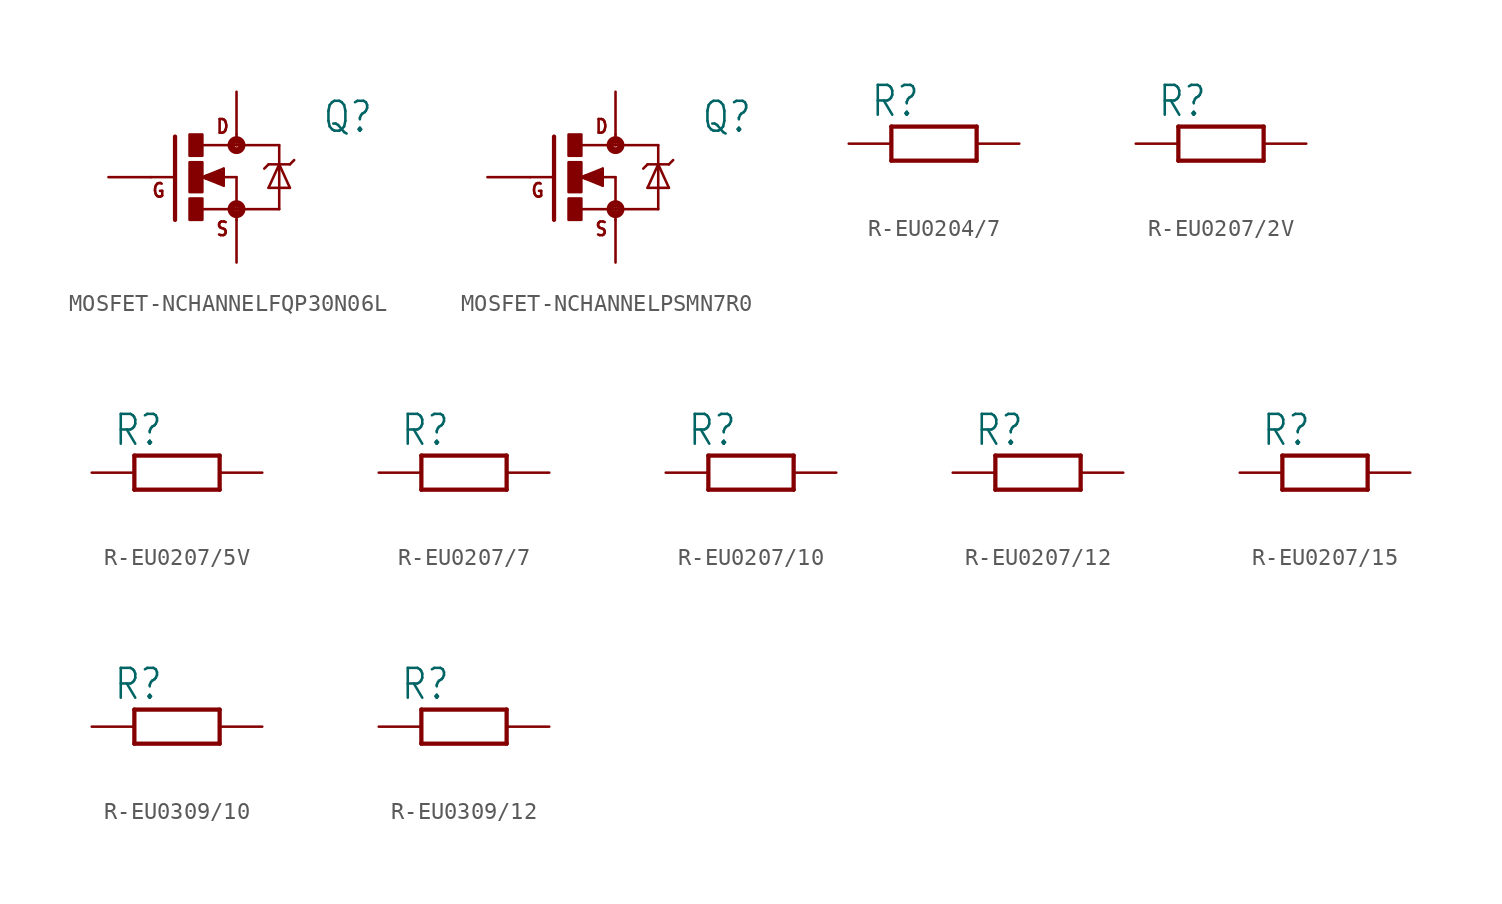
<source format=kicad_sym>
(kicad_symbol_lib
  (version 20220914)
  (generator kicad_symbol_editor)
  (symbol "MOSFET-NCHANNELFQP30N06L"
    (property "Reference" "Q"
      (at 5.08 2.54 0)
      (effects (font (size 1.778 1.511)) (justify left bottom)))
    (property "Value" ""
      (at 5.08 0 0)
      (effects (font (size 1.778 1.511)) (justify left bottom)))
    (property "ki_locked" ""
      (at 0 0 0)
      (effects (font (size 1.27 1.27))))
    (symbol "MOSFET-NCHANNELFQP30N06L_1_0"
      (rectangle (start -2.794 -2.54) (end -2.032 -1.27) (stroke (width 0) (type default)) (fill (type outline)))
      (rectangle (start -2.794 -0.889) (end -2.032 0.889) (stroke (width 0) (type default)) (fill (type outline)))
      (rectangle (start -2.794 1.27) (end -2.032 2.54) (stroke (width 0) (type default)) (fill (type outline)))
      (circle (center 0 -1.905) (radius 0.127) (stroke (width 0.406) (type solid)) (fill (type none)))
      (polyline (pts (xy -3.81 0) (xy -5.08 0)) (stroke (width 0.152) (type solid)) (fill (type none)))
      (polyline (pts (xy -3.658 2.413) (xy -3.658 -2.54)) (stroke (width 0.254) (type solid)) (fill (type none)))
      (polyline (pts (xy -2.032 -1.905) (xy 0 -1.905)) (stroke (width 0.152) (type solid)) (fill (type none)))
      (polyline (pts (xy -2.032 0) (xy -0.762 -0.508)) (stroke (width 0.152) (type solid)) (fill (type none)))
      (polyline (pts (xy -1.778 0) (xy -0.889 -0.254)) (stroke (width 0.305) (type solid)) (fill (type none)))
      (polyline (pts (xy -0.889 -0.254) (xy -0.889 0)) (stroke (width 0.305) (type solid)) (fill (type none)))
      (polyline (pts (xy -0.889 0) (xy -1.143 0)) (stroke (width 0.305) (type solid)) (fill (type none)))
      (polyline (pts (xy -0.889 0) (xy 0 0)) (stroke (width 0.152) (type solid)) (fill (type none)))
      (polyline (pts (xy -0.889 0.254) (xy -1.778 0)) (stroke (width 0.305) (type solid)) (fill (type none)))
      (polyline (pts (xy -0.762 -0.508) (xy -0.762 0.508)) (stroke (width 0.152) (type solid)) (fill (type none)))
      (polyline (pts (xy -0.762 0.508) (xy -2.032 0)) (stroke (width 0.152) (type solid)) (fill (type none)))
      (polyline (pts (xy 0 -1.905) (xy 0 -2.54)) (stroke (width 0.152) (type solid)) (fill (type none)))
      (polyline (pts (xy 0 0) (xy 0 -1.905)) (stroke (width 0.152) (type solid)) (fill (type none)))
      (polyline (pts (xy 0 1.905) (xy -2.007 1.905)) (stroke (width 0.152) (type solid)) (fill (type none)))
      (polyline (pts (xy 0 1.905) (xy 2.54 1.905)) (stroke (width 0.152) (type solid)) (fill (type none)))
      (polyline (pts (xy 0 2.54) (xy 0 1.905)) (stroke (width 0.152) (type solid)) (fill (type none)))
      (polyline (pts (xy 1.905 -0.635) (xy 3.175 -0.635)) (stroke (width 0.152) (type solid)) (fill (type none)))
      (polyline (pts (xy 1.905 0.762) (xy 1.651 0.508)) (stroke (width 0.152) (type solid)) (fill (type none)))
      (polyline (pts (xy 1.905 0.762) (xy 2.54 0.762)) (stroke (width 0.152) (type solid)) (fill (type none)))
      (polyline (pts (xy 2.54 -1.905) (xy 0 -1.905)) (stroke (width 0.152) (type solid)) (fill (type none)))
      (polyline (pts (xy 2.54 0.762) (xy 1.905 -0.635)) (stroke (width 0.152) (type solid)) (fill (type none)))
      (polyline (pts (xy 2.54 0.762) (xy 2.54 -1.905)) (stroke (width 0.152) (type solid)) (fill (type none)))
      (polyline (pts (xy 2.54 0.762) (xy 3.175 0.762)) (stroke (width 0.152) (type solid)) (fill (type none)))
      (polyline (pts (xy 2.54 1.905) (xy 2.54 0.762)) (stroke (width 0.152) (type solid)) (fill (type none)))
      (polyline (pts (xy 3.175 -0.635) (xy 2.54 0.762)) (stroke (width 0.152) (type solid)) (fill (type none)))
      (polyline (pts (xy 3.175 0.762) (xy 3.429 1.016)) (stroke (width 0.152) (type solid)) (fill (type none)))
      (circle (center 0 1.905) (radius 0.127) (stroke (width 0.406) (type solid)) (fill (type none)))
      (text "D" (at -1.27 2.54 0) (effects (font (size 0.813 0.691)) (justify left bottom)))
      (text "G" (at -5.08 -1.27 0) (effects (font (size 0.813 0.691)) (justify left bottom)))
      (text "S" (at -1.27 -3.556 0) (effects (font (size 0.813 0.691)) (justify left bottom)))
      (pin passive line (at -7.62 0 0) (length 2.54) (name "G" (effects (font (size 0 0)))) (number "1" (effects (font (size 0 0)))))
      (pin passive line (at 0 5.08 270) (length 2.54) (name "D" (effects (font (size 0 0)))) (number "2" (effects (font (size 0 0)))))
      (pin passive line (at 0 -5.08 90) (length 2.54) (name "S" (effects (font (size 0 0)))) (number "3" (effects (font (size 0 0)))))))
  (symbol "MOSFET-NCHANNELPSMN7R0"
    (property "Reference" "Q"
      (at 5.08 2.54 0)
      (effects (font (size 1.778 1.511)) (justify left bottom)))
    (property "Value" ""
      (at 5.08 0 0)
      (effects (font (size 1.778 1.511)) (justify left bottom)))
    (property "ki_locked" ""
      (at 0 0 0)
      (effects (font (size 1.27 1.27))))
    (symbol "MOSFET-NCHANNELPSMN7R0_1_0"
      (rectangle (start -2.794 -2.54) (end -2.032 -1.27) (stroke (width 0) (type default)) (fill (type outline)))
      (rectangle (start -2.794 -0.889) (end -2.032 0.889) (stroke (width 0) (type default)) (fill (type outline)))
      (rectangle (start -2.794 1.27) (end -2.032 2.54) (stroke (width 0) (type default)) (fill (type outline)))
      (circle (center 0 -1.905) (radius 0.127) (stroke (width 0.406) (type solid)) (fill (type none)))
      (polyline (pts (xy -3.81 0) (xy -5.08 0)) (stroke (width 0.152) (type solid)) (fill (type none)))
      (polyline (pts (xy -3.658 2.413) (xy -3.658 -2.54)) (stroke (width 0.254) (type solid)) (fill (type none)))
      (polyline (pts (xy -2.032 -1.905) (xy 0 -1.905)) (stroke (width 0.152) (type solid)) (fill (type none)))
      (polyline (pts (xy -2.032 0) (xy -0.762 -0.508)) (stroke (width 0.152) (type solid)) (fill (type none)))
      (polyline (pts (xy -1.778 0) (xy -0.889 -0.254)) (stroke (width 0.305) (type solid)) (fill (type none)))
      (polyline (pts (xy -0.889 -0.254) (xy -0.889 0)) (stroke (width 0.305) (type solid)) (fill (type none)))
      (polyline (pts (xy -0.889 0) (xy -1.143 0)) (stroke (width 0.305) (type solid)) (fill (type none)))
      (polyline (pts (xy -0.889 0) (xy 0 0)) (stroke (width 0.152) (type solid)) (fill (type none)))
      (polyline (pts (xy -0.889 0.254) (xy -1.778 0)) (stroke (width 0.305) (type solid)) (fill (type none)))
      (polyline (pts (xy -0.762 -0.508) (xy -0.762 0.508)) (stroke (width 0.152) (type solid)) (fill (type none)))
      (polyline (pts (xy -0.762 0.508) (xy -2.032 0)) (stroke (width 0.152) (type solid)) (fill (type none)))
      (polyline (pts (xy 0 -1.905) (xy 0 -2.54)) (stroke (width 0.152) (type solid)) (fill (type none)))
      (polyline (pts (xy 0 0) (xy 0 -1.905)) (stroke (width 0.152) (type solid)) (fill (type none)))
      (polyline (pts (xy 0 1.905) (xy -2.007 1.905)) (stroke (width 0.152) (type solid)) (fill (type none)))
      (polyline (pts (xy 0 1.905) (xy 2.54 1.905)) (stroke (width 0.152) (type solid)) (fill (type none)))
      (polyline (pts (xy 0 2.54) (xy 0 1.905)) (stroke (width 0.152) (type solid)) (fill (type none)))
      (polyline (pts (xy 1.905 -0.635) (xy 3.175 -0.635)) (stroke (width 0.152) (type solid)) (fill (type none)))
      (polyline (pts (xy 1.905 0.762) (xy 1.651 0.508)) (stroke (width 0.152) (type solid)) (fill (type none)))
      (polyline (pts (xy 1.905 0.762) (xy 2.54 0.762)) (stroke (width 0.152) (type solid)) (fill (type none)))
      (polyline (pts (xy 2.54 -1.905) (xy 0 -1.905)) (stroke (width 0.152) (type solid)) (fill (type none)))
      (polyline (pts (xy 2.54 0.762) (xy 1.905 -0.635)) (stroke (width 0.152) (type solid)) (fill (type none)))
      (polyline (pts (xy 2.54 0.762) (xy 2.54 -1.905)) (stroke (width 0.152) (type solid)) (fill (type none)))
      (polyline (pts (xy 2.54 0.762) (xy 3.175 0.762)) (stroke (width 0.152) (type solid)) (fill (type none)))
      (polyline (pts (xy 2.54 1.905) (xy 2.54 0.762)) (stroke (width 0.152) (type solid)) (fill (type none)))
      (polyline (pts (xy 3.175 -0.635) (xy 2.54 0.762)) (stroke (width 0.152) (type solid)) (fill (type none)))
      (polyline (pts (xy 3.175 0.762) (xy 3.429 1.016)) (stroke (width 0.152) (type solid)) (fill (type none)))
      (circle (center 0 1.905) (radius 0.127) (stroke (width 0.406) (type solid)) (fill (type none)))
      (text "D" (at -1.27 2.54 0) (effects (font (size 0.813 0.691)) (justify left bottom)))
      (text "G" (at -5.08 -1.27 0) (effects (font (size 0.813 0.691)) (justify left bottom)))
      (text "S" (at -1.27 -3.556 0) (effects (font (size 0.813 0.691)) (justify left bottom)))
      (pin passive line (at -7.62 0 0) (length 2.54) (name "G" (effects (font (size 0 0)))) (number "1" (effects (font (size 0 0)))))
      (pin passive line (at 0 5.08 270) (length 2.54) (name "D" (effects (font (size 0 0)))) (number "2" (effects (font (size 0 0)))))
      (pin passive line (at 0 -5.08 90) (length 2.54) (name "S" (effects (font (size 0 0)))) (number "3" (effects (font (size 0 0)))))))
  (symbol "R-EU0204/7"
    (property "Reference" "R"
      (at -3.81 1.499 0)
      (effects (font (size 1.778 1.511)) (justify left bottom)))
    (property "Value" ""
      (at -3.81 -3.302 0)
      (effects (font (size 1.778 1.511)) (justify left bottom)))
    (property "ki_locked" ""
      (at 0 0 0)
      (effects (font (size 1.27 1.27))))
    (symbol "R-EU0204/7_1_0"
      (polyline (pts (xy -2.54 -1.016) (xy -2.54 1.016)) (stroke (width 0.254) (type solid)) (fill (type none)))
      (polyline (pts (xy -2.54 1.016) (xy 2.54 1.016)) (stroke (width 0.254) (type solid)) (fill (type none)))
      (polyline (pts (xy 2.54 -1.016) (xy -2.54 -1.016)) (stroke (width 0.254) (type solid)) (fill (type none)))
      (polyline (pts (xy 2.54 1.016) (xy 2.54 -1.016)) (stroke (width 0.254) (type solid)) (fill (type none)))
      (pin passive line (at -5.08 0 0) (length 2.54) (name "1" (effects (font (size 0 0)))) (number "1" (effects (font (size 0 0)))))
      (pin passive line (at 5.08 0 180) (length 2.54) (name "2" (effects (font (size 0 0)))) (number "2" (effects (font (size 0 0)))))))
  (symbol "R-EU0207/2V"
    (property "Reference" "R"
      (at -3.81 1.499 0)
      (effects (font (size 1.778 1.511)) (justify left bottom)))
    (property "Value" ""
      (at -3.81 -3.302 0)
      (effects (font (size 1.778 1.511)) (justify left bottom)))
    (property "ki_locked" ""
      (at 0 0 0)
      (effects (font (size 1.27 1.27))))
    (symbol "R-EU0207/2V_1_0"
      (polyline (pts (xy -2.54 -1.016) (xy -2.54 1.016)) (stroke (width 0.254) (type solid)) (fill (type none)))
      (polyline (pts (xy -2.54 1.016) (xy 2.54 1.016)) (stroke (width 0.254) (type solid)) (fill (type none)))
      (polyline (pts (xy 2.54 -1.016) (xy -2.54 -1.016)) (stroke (width 0.254) (type solid)) (fill (type none)))
      (polyline (pts (xy 2.54 1.016) (xy 2.54 -1.016)) (stroke (width 0.254) (type solid)) (fill (type none)))
      (pin passive line (at -5.08 0 0) (length 2.54) (name "1" (effects (font (size 0 0)))) (number "1" (effects (font (size 0 0)))))
      (pin passive line (at 5.08 0 180) (length 2.54) (name "2" (effects (font (size 0 0)))) (number "2" (effects (font (size 0 0)))))))
  (symbol "R-EU0207/5V"
    (property "Reference" "R"
      (at -3.81 1.499 0)
      (effects (font (size 1.778 1.511)) (justify left bottom)))
    (property "Value" ""
      (at -3.81 -3.302 0)
      (effects (font (size 1.778 1.511)) (justify left bottom)))
    (property "ki_locked" ""
      (at 0 0 0)
      (effects (font (size 1.27 1.27))))
    (symbol "R-EU0207/5V_1_0"
      (polyline (pts (xy -2.54 -1.016) (xy -2.54 1.016)) (stroke (width 0.254) (type solid)) (fill (type none)))
      (polyline (pts (xy -2.54 1.016) (xy 2.54 1.016)) (stroke (width 0.254) (type solid)) (fill (type none)))
      (polyline (pts (xy 2.54 -1.016) (xy -2.54 -1.016)) (stroke (width 0.254) (type solid)) (fill (type none)))
      (polyline (pts (xy 2.54 1.016) (xy 2.54 -1.016)) (stroke (width 0.254) (type solid)) (fill (type none)))
      (pin passive line (at -5.08 0 0) (length 2.54) (name "1" (effects (font (size 0 0)))) (number "1" (effects (font (size 0 0)))))
      (pin passive line (at 5.08 0 180) (length 2.54) (name "2" (effects (font (size 0 0)))) (number "2" (effects (font (size 0 0)))))))
  (symbol "R-EU0207/7"
    (property "Reference" "R"
      (at -3.81 1.499 0)
      (effects (font (size 1.778 1.511)) (justify left bottom)))
    (property "Value" ""
      (at -3.81 -3.302 0)
      (effects (font (size 1.778 1.511)) (justify left bottom)))
    (property "ki_locked" ""
      (at 0 0 0)
      (effects (font (size 1.27 1.27))))
    (symbol "R-EU0207/7_1_0"
      (polyline (pts (xy -2.54 -1.016) (xy -2.54 1.016)) (stroke (width 0.254) (type solid)) (fill (type none)))
      (polyline (pts (xy -2.54 1.016) (xy 2.54 1.016)) (stroke (width 0.254) (type solid)) (fill (type none)))
      (polyline (pts (xy 2.54 -1.016) (xy -2.54 -1.016)) (stroke (width 0.254) (type solid)) (fill (type none)))
      (polyline (pts (xy 2.54 1.016) (xy 2.54 -1.016)) (stroke (width 0.254) (type solid)) (fill (type none)))
      (pin passive line (at -5.08 0 0) (length 2.54) (name "1" (effects (font (size 0 0)))) (number "1" (effects (font (size 0 0)))))
      (pin passive line (at 5.08 0 180) (length 2.54) (name "2" (effects (font (size 0 0)))) (number "2" (effects (font (size 0 0)))))))
  (symbol "R-EU0207/10"
    (property "Reference" "R"
      (at -3.81 1.499 0)
      (effects (font (size 1.778 1.511)) (justify left bottom)))
    (property "Value" ""
      (at -3.81 -3.302 0)
      (effects (font (size 1.778 1.511)) (justify left bottom)))
    (property "ki_locked" ""
      (at 0 0 0)
      (effects (font (size 1.27 1.27))))
    (symbol "R-EU0207/10_1_0"
      (polyline (pts (xy -2.54 -1.016) (xy -2.54 1.016)) (stroke (width 0.254) (type solid)) (fill (type none)))
      (polyline (pts (xy -2.54 1.016) (xy 2.54 1.016)) (stroke (width 0.254) (type solid)) (fill (type none)))
      (polyline (pts (xy 2.54 -1.016) (xy -2.54 -1.016)) (stroke (width 0.254) (type solid)) (fill (type none)))
      (polyline (pts (xy 2.54 1.016) (xy 2.54 -1.016)) (stroke (width 0.254) (type solid)) (fill (type none)))
      (pin passive line (at -5.08 0 0) (length 2.54) (name "1" (effects (font (size 0 0)))) (number "1" (effects (font (size 0 0)))))
      (pin passive line (at 5.08 0 180) (length 2.54) (name "2" (effects (font (size 0 0)))) (number "2" (effects (font (size 0 0)))))))
  (symbol "R-EU0207/12"
    (property "Reference" "R"
      (at -3.81 1.499 0)
      (effects (font (size 1.778 1.511)) (justify left bottom)))
    (property "Value" ""
      (at -3.81 -3.302 0)
      (effects (font (size 1.778 1.511)) (justify left bottom)))
    (property "ki_locked" ""
      (at 0 0 0)
      (effects (font (size 1.27 1.27))))
    (symbol "R-EU0207/12_1_0"
      (polyline (pts (xy -2.54 -1.016) (xy -2.54 1.016)) (stroke (width 0.254) (type solid)) (fill (type none)))
      (polyline (pts (xy -2.54 1.016) (xy 2.54 1.016)) (stroke (width 0.254) (type solid)) (fill (type none)))
      (polyline (pts (xy 2.54 -1.016) (xy -2.54 -1.016)) (stroke (width 0.254) (type solid)) (fill (type none)))
      (polyline (pts (xy 2.54 1.016) (xy 2.54 -1.016)) (stroke (width 0.254) (type solid)) (fill (type none)))
      (pin passive line (at -5.08 0 0) (length 2.54) (name "1" (effects (font (size 0 0)))) (number "1" (effects (font (size 0 0)))))
      (pin passive line (at 5.08 0 180) (length 2.54) (name "2" (effects (font (size 0 0)))) (number "2" (effects (font (size 0 0)))))))
  (symbol "R-EU0207/15"
    (property "Reference" "R"
      (at -3.81 1.499 0)
      (effects (font (size 1.778 1.511)) (justify left bottom)))
    (property "Value" ""
      (at -3.81 -3.302 0)
      (effects (font (size 1.778 1.511)) (justify left bottom)))
    (property "ki_locked" ""
      (at 0 0 0)
      (effects (font (size 1.27 1.27))))
    (symbol "R-EU0207/15_1_0"
      (polyline (pts (xy -2.54 -1.016) (xy -2.54 1.016)) (stroke (width 0.254) (type solid)) (fill (type none)))
      (polyline (pts (xy -2.54 1.016) (xy 2.54 1.016)) (stroke (width 0.254) (type solid)) (fill (type none)))
      (polyline (pts (xy 2.54 -1.016) (xy -2.54 -1.016)) (stroke (width 0.254) (type solid)) (fill (type none)))
      (polyline (pts (xy 2.54 1.016) (xy 2.54 -1.016)) (stroke (width 0.254) (type solid)) (fill (type none)))
      (pin passive line (at -5.08 0 0) (length 2.54) (name "1" (effects (font (size 0 0)))) (number "1" (effects (font (size 0 0)))))
      (pin passive line (at 5.08 0 180) (length 2.54) (name "2" (effects (font (size 0 0)))) (number "2" (effects (font (size 0 0)))))))
  (symbol "R-EU0309/10"
    (property "Reference" "R"
      (at -3.81 1.499 0)
      (effects (font (size 1.778 1.511)) (justify left bottom)))
    (property "Value" ""
      (at -3.81 -3.302 0)
      (effects (font (size 1.778 1.511)) (justify left bottom)))
    (property "ki_locked" ""
      (at 0 0 0)
      (effects (font (size 1.27 1.27))))
    (symbol "R-EU0309/10_1_0"
      (polyline (pts (xy -2.54 -1.016) (xy -2.54 1.016)) (stroke (width 0.254) (type solid)) (fill (type none)))
      (polyline (pts (xy -2.54 1.016) (xy 2.54 1.016)) (stroke (width 0.254) (type solid)) (fill (type none)))
      (polyline (pts (xy 2.54 -1.016) (xy -2.54 -1.016)) (stroke (width 0.254) (type solid)) (fill (type none)))
      (polyline (pts (xy 2.54 1.016) (xy 2.54 -1.016)) (stroke (width 0.254) (type solid)) (fill (type none)))
      (pin passive line (at -5.08 0 0) (length 2.54) (name "1" (effects (font (size 0 0)))) (number "1" (effects (font (size 0 0)))))
      (pin passive line (at 5.08 0 180) (length 2.54) (name "2" (effects (font (size 0 0)))) (number "2" (effects (font (size 0 0)))))))
  (symbol "R-EU0309/12"
    (property "Reference" "R"
      (at -3.81 1.499 0)
      (effects (font (size 1.778 1.511)) (justify left bottom)))
    (property "Value" ""
      (at -3.81 -3.302 0)
      (effects (font (size 1.778 1.511)) (justify left bottom)))
    (property "ki_locked" ""
      (at 0 0 0)
      (effects (font (size 1.27 1.27))))
    (symbol "R-EU0309/12_1_0"
      (polyline (pts (xy -2.54 -1.016) (xy -2.54 1.016)) (stroke (width 0.254) (type solid)) (fill (type none)))
      (polyline (pts (xy -2.54 1.016) (xy 2.54 1.016)) (stroke (width 0.254) (type solid)) (fill (type none)))
      (polyline (pts (xy 2.54 -1.016) (xy -2.54 -1.016)) (stroke (width 0.254) (type solid)) (fill (type none)))
      (polyline (pts (xy 2.54 1.016) (xy 2.54 -1.016)) (stroke (width 0.254) (type solid)) (fill (type none)))
      (pin passive line (at -5.08 0 0) (length 2.54) (name "1" (effects (font (size 0 0)))) (number "1" (effects (font (size 0 0)))))
      (pin passive line (at 5.08 0 180) (length 2.54) (name "2" (effects (font (size 0 0)))) (number "2" (effects (font (size 0 0))))))))
</source>
